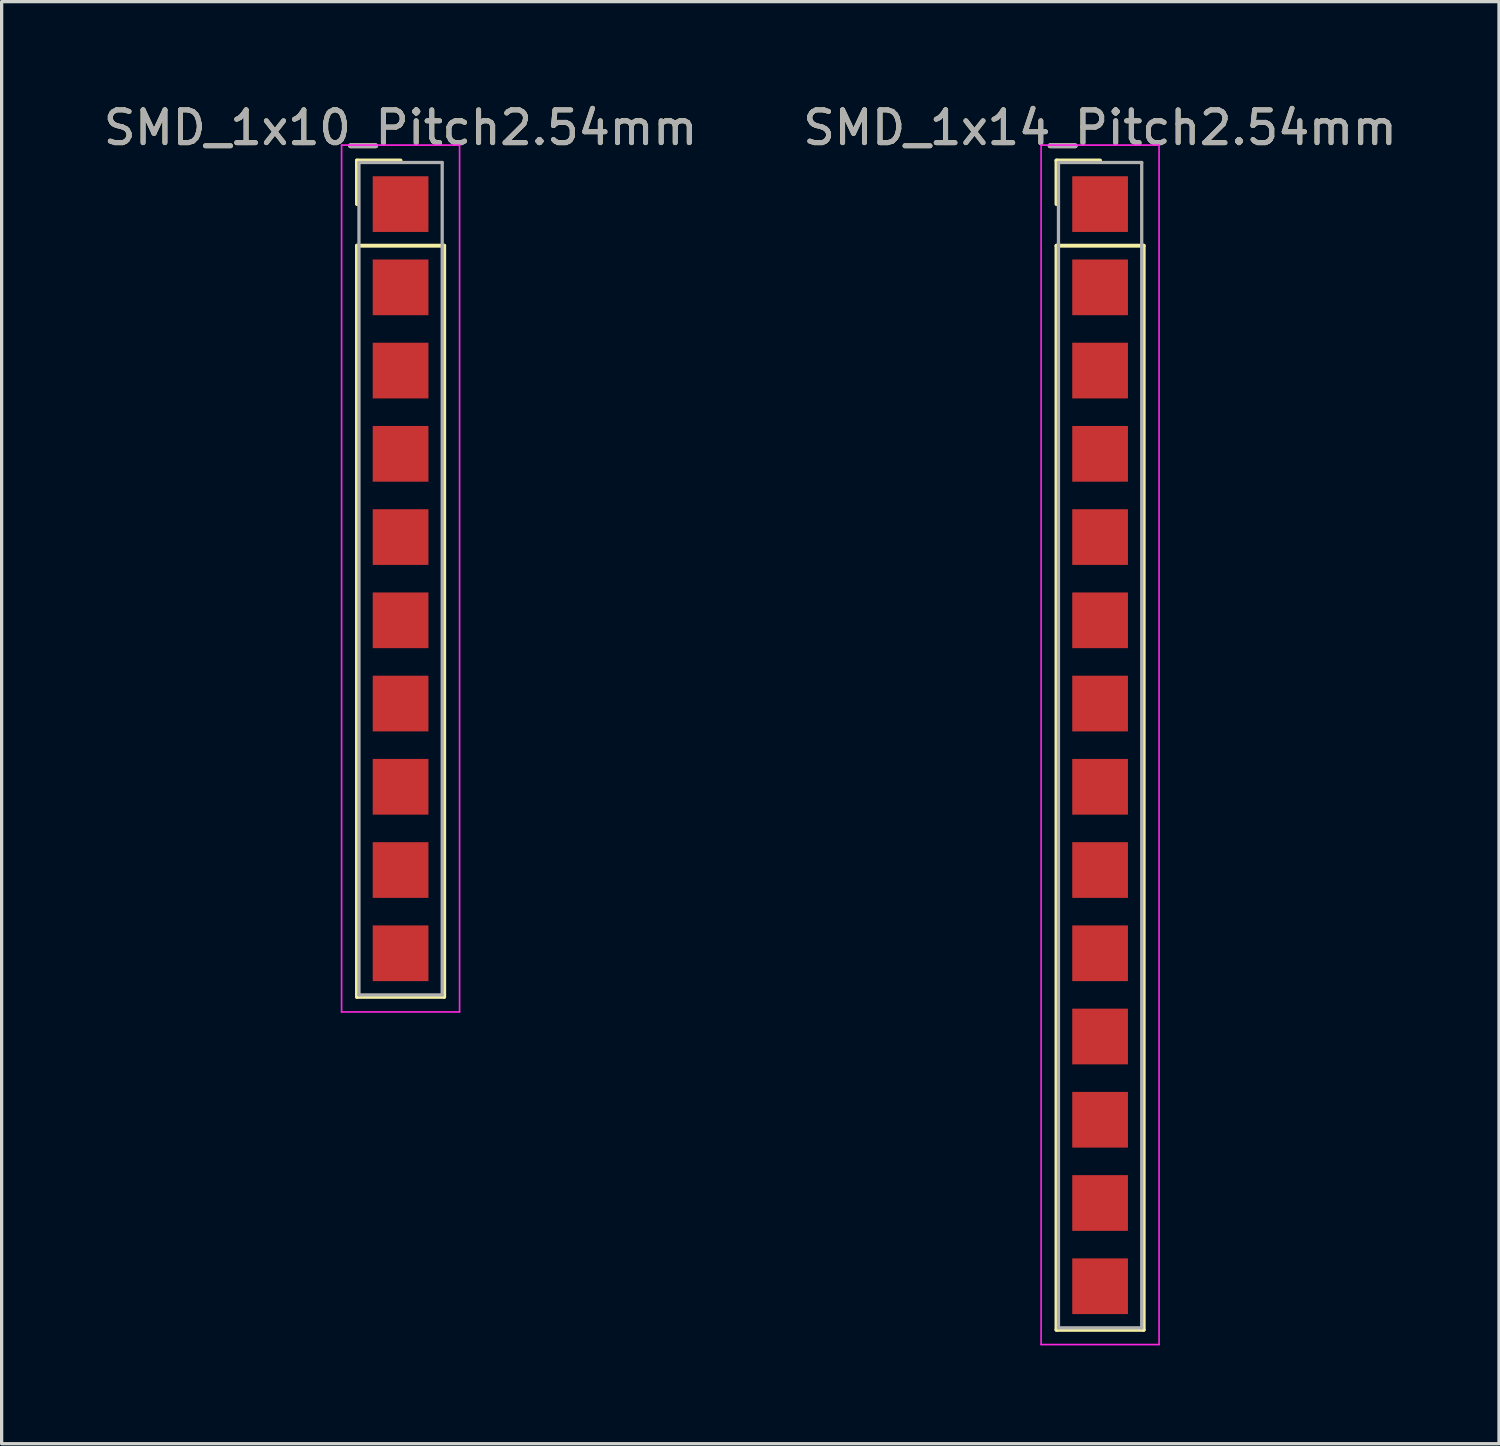
<source format=kicad_pcb>
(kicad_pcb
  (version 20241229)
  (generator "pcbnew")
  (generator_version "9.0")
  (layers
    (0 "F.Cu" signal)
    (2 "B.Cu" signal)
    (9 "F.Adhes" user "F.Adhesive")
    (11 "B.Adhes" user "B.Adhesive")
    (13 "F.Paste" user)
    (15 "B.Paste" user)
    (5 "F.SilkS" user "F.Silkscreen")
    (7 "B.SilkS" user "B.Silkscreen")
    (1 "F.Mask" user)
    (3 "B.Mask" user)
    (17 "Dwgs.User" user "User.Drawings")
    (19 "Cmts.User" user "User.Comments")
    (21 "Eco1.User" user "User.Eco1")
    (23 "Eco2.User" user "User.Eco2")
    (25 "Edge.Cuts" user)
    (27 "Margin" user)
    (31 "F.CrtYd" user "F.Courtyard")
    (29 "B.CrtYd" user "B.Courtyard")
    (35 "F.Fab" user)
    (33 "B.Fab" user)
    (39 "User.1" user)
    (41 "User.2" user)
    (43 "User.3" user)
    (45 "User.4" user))
  (footprint "SMD_1x10_Pitch2.54mm"
    (layer "F.Cu")
    (at 9.173 3.178)
    (property "Reference" "SMD_1x10_Pitch2.54mm" (at 0 -2.33 0) (layer "F.SilkS") (effects (font (size 1 1) (thickness 0.15))))
    (attr through_hole)
    (fp_line (start -1.33 -1.33) (end 0 -1.33) (stroke (width 0.12) (type solid)) (layer "F.SilkS"))
    (fp_line (start -1.33 0) (end -1.33 -1.33) (stroke (width 0.12) (type solid)) (layer "F.SilkS"))
    (fp_line (start -1.33 1.27) (end -1.33 24.19) (stroke (width 0.12) (type solid)) (layer "F.SilkS"))
    (fp_line (start -1.33 24.19) (end 1.33 24.19) (stroke (width 0.12) (type solid)) (layer "F.SilkS"))
    (fp_line (start 1.33 1.27) (end -1.33 1.27) (stroke (width 0.12) (type solid)) (layer "F.SilkS"))
    (fp_line (start 1.33 24.19) (end 1.33 1.27) (stroke (width 0.12) (type solid)) (layer "F.SilkS"))
    (fp_line (start -1.8 -1.8) (end -1.8 24.65) (stroke (width 0.05) (type solid)) (layer "F.CrtYd"))
    (fp_line (start -1.8 24.65) (end 1.8 24.65) (stroke (width 0.05) (type solid)) (layer "F.CrtYd"))
    (fp_line (start 1.8 -1.8) (end -1.8 -1.8) (stroke (width 0.05) (type solid)) (layer "F.CrtYd"))
    (fp_line (start 1.8 24.65) (end 1.8 -1.8) (stroke (width 0.05) (type solid)) (layer "F.CrtYd"))
    (fp_line (start -1.27 -1.27) (end -1.27 24.13) (stroke (width 0.1) (type solid)) (layer "F.Fab"))
    (fp_line (start -1.27 24.13) (end 1.27 24.13) (stroke (width 0.1) (type solid)) (layer "F.Fab"))
    (fp_line (start 1.27 -1.27) (end -1.27 -1.27) (stroke (width 0.1) (type solid)) (layer "F.Fab"))
    (fp_line (start 1.27 24.13) (end 1.27 -1.27) (stroke (width 0.1) (type solid)) (layer "F.Fab"))
    (fp_text user "${REFERENCE}" (at 0 -2.33 0) (layer "F.Fab") (effects (font (size 1 1) (thickness 0.15))))
    (pad "1" smd rect (at 0 0) (size 1.7 1.7) (layers "F.Cu" "F.Mask" "F.Paste"))
    (pad "2" smd rect (at 0 2.54) (size 1.7 1.7) (layers "F.Cu" "F.Mask" "F.Paste"))
    (pad "3" smd rect (at 0 5.08) (size 1.7 1.7) (layers "F.Cu" "F.Mask" "F.Paste"))
    (pad "4" smd rect (at 0 7.62) (size 1.7 1.7) (layers "F.Cu" "F.Mask" "F.Paste"))
    (pad "5" smd rect (at 0 10.16) (size 1.7 1.7) (layers "F.Cu" "F.Mask" "F.Paste"))
    (pad "6" smd rect (at 0 12.7) (size 1.7 1.7) (layers "F.Cu" "F.Mask" "F.Paste"))
    (pad "7" smd rect (at 0 15.24) (size 1.7 1.7) (layers "F.Cu" "F.Mask" "F.Paste"))
    (pad "8" smd rect (at 0 17.78) (size 1.7 1.7) (layers "F.Cu" "F.Mask" "F.Paste"))
    (pad "9" smd rect (at 0 20.32) (size 1.7 1.7) (layers "F.Cu" "F.Mask" "F.Paste"))
    (pad "10" smd rect (at 0 22.86) (size 1.7 1.7) (layers "F.Cu" "F.Mask" "F.Paste")))
  (footprint "SMD_1x14_Pitch2.54mm"
    (layer "F.Cu")
    (at 30.518 3.178)
    (property "Reference" "SMD_1x14_Pitch2.54mm" (at 0 -2.33 0) (layer "F.SilkS") (effects (font (size 1 1) (thickness 0.15))))
    (attr through_hole)
    (fp_line (start -1.33 -1.33) (end 0 -1.33) (stroke (width 0.12) (type solid)) (layer "F.SilkS"))
    (fp_line (start -1.33 0) (end -1.33 -1.33) (stroke (width 0.12) (type solid)) (layer "F.SilkS"))
    (fp_line (start -1.33 1.27) (end -1.33 34.35) (stroke (width 0.12) (type solid)) (layer "F.SilkS"))
    (fp_line (start -1.33 34.35) (end 1.33 34.35) (stroke (width 0.12) (type solid)) (layer "F.SilkS"))
    (fp_line (start 1.33 1.27) (end -1.33 1.27) (stroke (width 0.12) (type solid)) (layer "F.SilkS"))
    (fp_line (start 1.33 34.35) (end 1.33 1.27) (stroke (width 0.12) (type solid)) (layer "F.SilkS"))
    (fp_line (start -1.8 -1.8) (end -1.8 34.8) (stroke (width 0.05) (type solid)) (layer "F.CrtYd"))
    (fp_line (start -1.8 34.8) (end 1.8 34.8) (stroke (width 0.05) (type solid)) (layer "F.CrtYd"))
    (fp_line (start 1.8 -1.8) (end -1.8 -1.8) (stroke (width 0.05) (type solid)) (layer "F.CrtYd"))
    (fp_line (start 1.8 34.8) (end 1.8 -1.8) (stroke (width 0.05) (type solid)) (layer "F.CrtYd"))
    (fp_line (start -1.27 -1.27) (end -1.27 34.29) (stroke (width 0.1) (type solid)) (layer "F.Fab"))
    (fp_line (start -1.27 34.29) (end 1.27 34.29) (stroke (width 0.1) (type solid)) (layer "F.Fab"))
    (fp_line (start 1.27 -1.27) (end -1.27 -1.27) (stroke (width 0.1) (type solid)) (layer "F.Fab"))
    (fp_line (start 1.27 34.29) (end 1.27 -1.27) (stroke (width 0.1) (type solid)) (layer "F.Fab"))
    (fp_text user "${REFERENCE}" (at 0 -2.33 0) (layer "F.Fab") (effects (font (size 1 1) (thickness 0.15))))
    (pad "1" smd rect (at 0 0) (size 1.7 1.7) (layers "F.Cu" "F.Mask" "F.Paste"))
    (pad "2" smd rect (at 0 2.54) (size 1.7 1.7) (layers "F.Cu" "F.Mask" "F.Paste"))
    (pad "3" smd rect (at 0 5.08) (size 1.7 1.7) (layers "F.Cu" "F.Mask" "F.Paste"))
    (pad "4" smd rect (at 0 7.62) (size 1.7 1.7) (layers "F.Cu" "F.Mask" "F.Paste"))
    (pad "5" smd rect (at 0 10.16) (size 1.7 1.7) (layers "F.Cu" "F.Mask" "F.Paste"))
    (pad "6" smd rect (at 0 12.7) (size 1.7 1.7) (layers "F.Cu" "F.Mask" "F.Paste"))
    (pad "7" smd rect (at 0 15.24) (size 1.7 1.7) (layers "F.Cu" "F.Mask" "F.Paste"))
    (pad "8" smd rect (at 0 17.78) (size 1.7 1.7) (layers "F.Cu" "F.Mask" "F.Paste"))
    (pad "9" smd rect (at 0 20.32) (size 1.7 1.7) (layers "F.Cu" "F.Mask" "F.Paste"))
    (pad "10" smd rect (at 0 22.86) (size 1.7 1.7) (layers "F.Cu" "F.Mask" "F.Paste"))
    (pad "11" smd rect (at 0 25.4) (size 1.7 1.7) (layers "F.Cu" "F.Mask" "F.Paste"))
    (pad "12" smd rect (at 0 27.94) (size 1.7 1.7) (layers "F.Cu" "F.Mask" "F.Paste"))
    (pad "13" smd rect (at 0 30.48) (size 1.7 1.7) (layers "F.Cu" "F.Mask" "F.Paste"))
    (pad "14" smd rect (at 0 33.02) (size 1.7 1.7) (layers "F.Cu" "F.Mask" "F.Paste")))
  (gr_rect
    (start -3 -3)
    (end 42.69 41.003)
    (stroke (width 0.1) (type default))
    (fill no)
    (layer "Edge.Cuts")))
</source>
